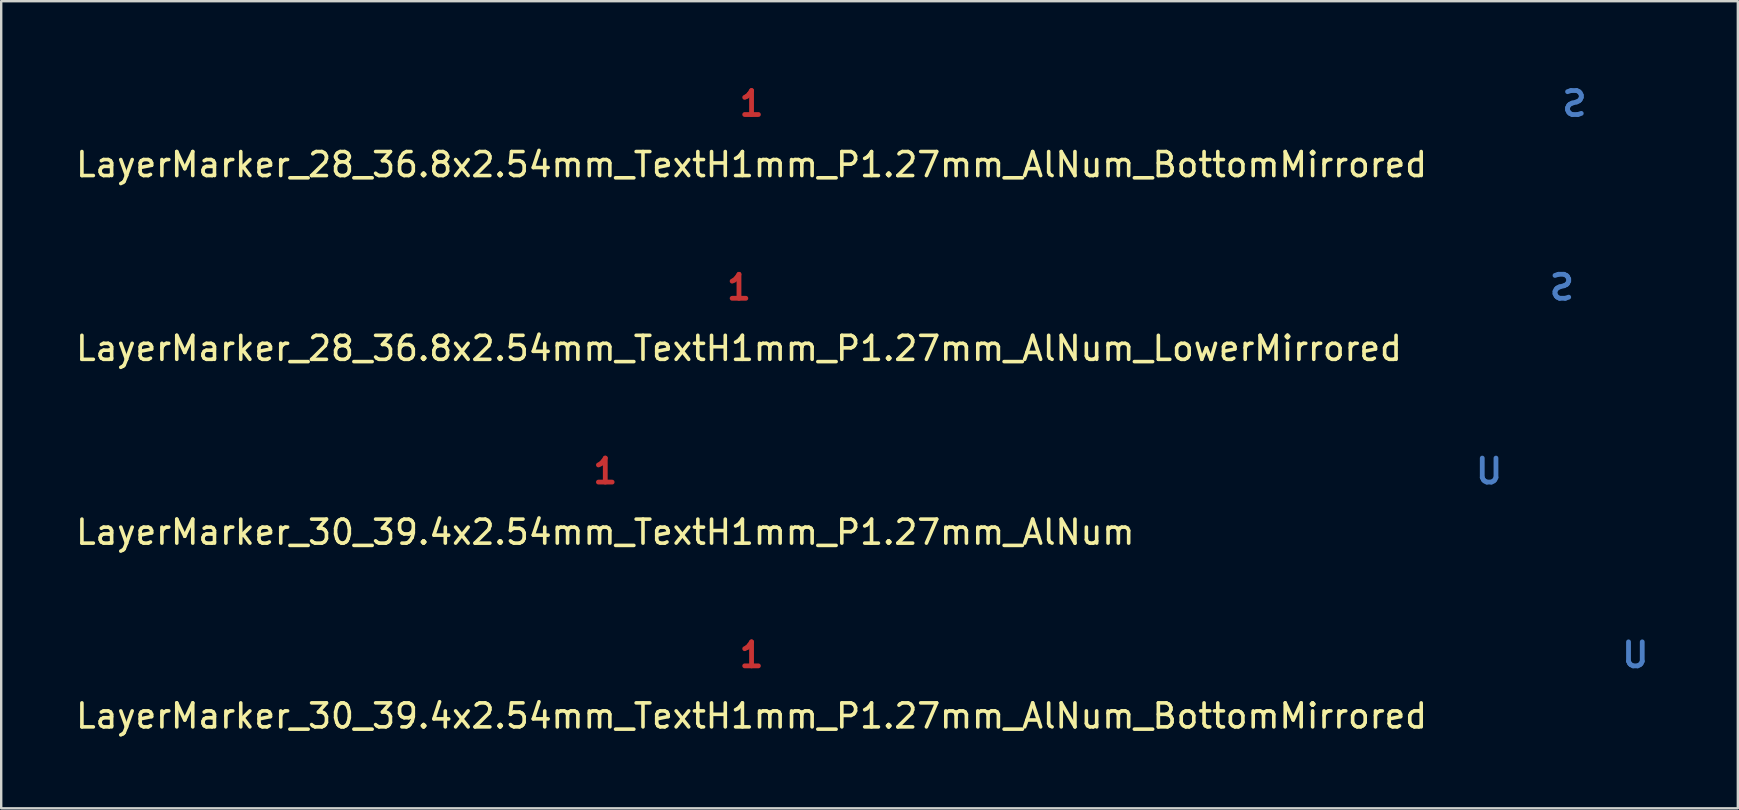
<source format=kicad_pcb>
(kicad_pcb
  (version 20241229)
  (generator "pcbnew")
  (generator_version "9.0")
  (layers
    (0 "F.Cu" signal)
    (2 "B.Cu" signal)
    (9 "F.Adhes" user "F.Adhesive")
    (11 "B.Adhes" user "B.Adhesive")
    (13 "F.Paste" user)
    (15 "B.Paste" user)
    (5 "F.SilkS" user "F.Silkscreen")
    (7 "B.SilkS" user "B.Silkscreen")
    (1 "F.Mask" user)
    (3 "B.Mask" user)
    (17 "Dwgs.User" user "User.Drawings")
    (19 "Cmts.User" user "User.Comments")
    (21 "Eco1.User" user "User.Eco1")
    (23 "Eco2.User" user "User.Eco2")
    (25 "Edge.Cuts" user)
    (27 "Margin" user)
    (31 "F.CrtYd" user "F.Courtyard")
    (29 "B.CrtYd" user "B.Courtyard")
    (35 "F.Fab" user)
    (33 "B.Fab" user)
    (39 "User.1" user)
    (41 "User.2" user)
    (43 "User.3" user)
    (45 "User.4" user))
  (footprint "LayerMarker_30_39.4x2.54mm_TextH1mm_P1.27mm_AlNum"
    (layer "F.Cu")
    (at 22.173 17.857)
    (property "Reference" "LayerMarker_30_39.4x2.54mm_TextH1mm_P1.27mm_AlNum" (at 0 1.27 0) (layer "F.SilkS") (effects (font (size 1 1) (thickness 0.15))))
    (attr board_only exclude_from_pos_files exclude_from_bom allow_missing_courtyard)
    (fp_text user "1" (at 0 -1.27 0) (layer "F.Cu") (effects (font (size 1 1) (thickness 0.2))))
    (fp_text user "U" (at 36.83 -1.27 0) (layer "B.Cu") (effects (font (size 1 1) (thickness 0.2))))
    (fp_text user "2" (at 1.27 -1.27 0) (layer "In1.Cu") (effects (font (size 1 1) (thickness 0.2))))
    (fp_text user "3" (at 2.54 -1.27 0) (layer "In2.Cu") (effects (font (size 1 1) (thickness 0.2))))
    (fp_text user "4" (at 3.81 -1.27 0) (layer "In3.Cu") (effects (font (size 1 1) (thickness 0.2))))
    (fp_text user "5" (at 5.08 -1.27 0) (layer "In4.Cu") (effects (font (size 1 1) (thickness 0.2))))
    (fp_text user "6" (at 6.35 -1.27 0) (layer "In5.Cu") (effects (font (size 1 1) (thickness 0.2))))
    (fp_text user "7" (at 7.62 -1.27 0) (layer "In6.Cu") (effects (font (size 1 1) (thickness 0.2))))
    (fp_text user "8" (at 8.89 -1.27 0) (layer "In7.Cu") (effects (font (size 1 1) (thickness 0.2))))
    (fp_text user "9" (at 10.16 -1.27 0) (layer "In8.Cu") (effects (font (size 1 1) (thickness 0.2))))
    (fp_text user "A" (at 11.43 -1.27 0) (layer "In9.Cu") (effects (font (size 1 1) (thickness 0.2))))
    (fp_text user "B" (at 12.7 -1.27 0) (layer "In10.Cu") (effects (font (size 1 1) (thickness 0.2))))
    (fp_text user "C" (at 13.97 -1.27 0) (layer "In11.Cu") (effects (font (size 1 1) (thickness 0.2))))
    (fp_text user "D" (at 15.24 -1.27 0) (layer "In12.Cu") (effects (font (size 1 1) (thickness 0.2))))
    (fp_text user "E" (at 16.51 -1.27 0) (layer "In13.Cu") (effects (font (size 1 1) (thickness 0.2))))
    (fp_text user "F" (at 17.78 -1.27 0) (layer "In14.Cu") (effects (font (size 1 1) (thickness 0.2))))
    (fp_text user "G" (at 19.05 -1.27 0) (layer "In15.Cu") (effects (font (size 1 1) (thickness 0.2))))
    (fp_text user "H" (at 20.32 -1.27 0) (layer "In16.Cu") (effects (font (size 1 1) (thickness 0.2))))
    (fp_text user "I" (at 21.59 -1.27 0) (layer "In17.Cu") (effects (font (size 1 1) (thickness 0.2))))
    (fp_text user "J" (at 22.86 -1.27 0) (layer "In18.Cu") (effects (font (size 1 1) (thickness 0.2))))
    (fp_text user "K" (at 24.13 -1.27 0) (layer "In19.Cu") (effects (font (size 1 1) (thickness 0.2))))
    (fp_text user "L" (at 25.4 -1.27 0) (layer "In20.Cu") (effects (font (size 1 1) (thickness 0.2))))
    (fp_text user "M" (at 26.67 -1.27 0) (layer "In21.Cu") (effects (font (size 1 1) (thickness 0.2))))
    (fp_text user "N" (at 27.94 -1.27 0) (layer "In22.Cu") (effects (font (size 1 1) (thickness 0.2))))
    (fp_text user "O" (at 29.21 -1.27 0) (layer "In23.Cu") (effects (font (size 1 1) (thickness 0.2))))
    (fp_text user "P" (at 30.48 -1.27 0) (layer "In24.Cu") (effects (font (size 1 1) (thickness 0.2))))
    (fp_text user "Q" (at 31.75 -1.27 0) (layer "In25.Cu") (effects (font (size 1 1) (thickness 0.2))))
    (fp_text user "R" (at 33.02 -1.27 0) (layer "In26.Cu") (effects (font (size 1 1) (thickness 0.2))))
    (fp_text user "S" (at 34.29 -1.27 0) (layer "In27.Cu") (effects (font (size 1 1) (thickness 0.2))))
    (fp_text user "T" (at 35.56 -1.27 0) (layer "In28.Cu") (effects (font (size 1 1) (thickness 0.2))))
    (zone (net_name "") (layers "F.Cu" "B.Cu") (hatch edge 0.5) (connect_pads) (min_thickness 0.25) (filled_areas_thickness no) (keepout (tracks not_allowed) (vias not_allowed) (pads not_allowed) (copperpour not_allowed) (footprints allowed)) (placement (enabled no)) (fill) (polygon (pts (xy 20.903 15.316) (xy 60.273 15.316) (xy 60.273 17.857) (xy 20.903 17.857)))))
  (footprint "LayerMarker_30_39.4x2.54mm_TextH1mm_P1.27mm_AlNum_BottomMirrored"
    (layer "F.Cu")
    (at 28.268 25.515)
    (property "Reference" "LayerMarker_30_39.4x2.54mm_TextH1mm_P1.27mm_AlNum_BottomMirrored" (at 0 1.27 0) (layer "F.SilkS") (effects (font (size 1 1) (thickness 0.15))))
    (attr board_only exclude_from_pos_files exclude_from_bom allow_missing_courtyard)
    (fp_text user "1" (at 0 -1.27 0) (layer "F.Cu") (effects (font (size 1 1) (thickness 0.2))))
    (fp_text user "U" (at 36.83 -1.27 0) (layer "B.Cu") (effects (font (size 1 1) (thickness 0.2)) (justify mirror)))
    (fp_text user "2" (at 1.27 -1.27 0) (layer "In1.Cu") (effects (font (size 1 1) (thickness 0.2))))
    (fp_text user "3" (at 2.54 -1.27 0) (layer "In2.Cu") (effects (font (size 1 1) (thickness 0.2))))
    (fp_text user "4" (at 3.81 -1.27 0) (layer "In3.Cu") (effects (font (size 1 1) (thickness 0.2))))
    (fp_text user "5" (at 5.08 -1.27 0) (layer "In4.Cu") (effects (font (size 1 1) (thickness 0.2))))
    (fp_text user "6" (at 6.35 -1.27 0) (layer "In5.Cu") (effects (font (size 1 1) (thickness 0.2))))
    (fp_text user "7" (at 7.62 -1.27 0) (layer "In6.Cu") (effects (font (size 1 1) (thickness 0.2))))
    (fp_text user "8" (at 8.89 -1.27 0) (layer "In7.Cu") (effects (font (size 1 1) (thickness 0.2))))
    (fp_text user "9" (at 10.16 -1.27 0) (layer "In8.Cu") (effects (font (size 1 1) (thickness 0.2))))
    (fp_text user "A" (at 11.43 -1.27 0) (layer "In9.Cu") (effects (font (size 1 1) (thickness 0.2))))
    (fp_text user "B" (at 12.7 -1.27 0) (layer "In10.Cu") (effects (font (size 1 1) (thickness 0.2))))
    (fp_text user "C" (at 13.97 -1.27 0) (layer "In11.Cu") (effects (font (size 1 1) (thickness 0.2))))
    (fp_text user "D" (at 15.24 -1.27 0) (layer "In12.Cu") (effects (font (size 1 1) (thickness 0.2))))
    (fp_text user "E" (at 16.51 -1.27 0) (layer "In13.Cu") (effects (font (size 1 1) (thickness 0.2))))
    (fp_text user "F" (at 17.78 -1.27 0) (layer "In14.Cu") (effects (font (size 1 1) (thickness 0.2))))
    (fp_text user "G" (at 19.05 -1.27 0) (layer "In15.Cu") (effects (font (size 1 1) (thickness 0.2))))
    (fp_text user "H" (at 20.32 -1.27 0) (layer "In16.Cu") (effects (font (size 1 1) (thickness 0.2))))
    (fp_text user "I" (at 21.59 -1.27 0) (layer "In17.Cu") (effects (font (size 1 1) (thickness 0.2))))
    (fp_text user "J" (at 22.86 -1.27 0) (layer "In18.Cu") (effects (font (size 1 1) (thickness 0.2))))
    (fp_text user "K" (at 24.13 -1.27 0) (layer "In19.Cu") (effects (font (size 1 1) (thickness 0.2))))
    (fp_text user "L" (at 25.4 -1.27 0) (layer "In20.Cu") (effects (font (size 1 1) (thickness 0.2))))
    (fp_text user "M" (at 26.67 -1.27 0) (layer "In21.Cu") (effects (font (size 1 1) (thickness 0.2))))
    (fp_text user "N" (at 27.94 -1.27 0) (layer "In22.Cu") (effects (font (size 1 1) (thickness 0.2))))
    (fp_text user "O" (at 29.21 -1.27 0) (layer "In23.Cu") (effects (font (size 1 1) (thickness 0.2))))
    (fp_text user "P" (at 30.48 -1.27 0) (layer "In24.Cu") (effects (font (size 1 1) (thickness 0.2))))
    (fp_text user "Q" (at 31.75 -1.27 0) (layer "In25.Cu") (effects (font (size 1 1) (thickness 0.2))))
    (fp_text user "R" (at 33.02 -1.27 0) (layer "In26.Cu") (effects (font (size 1 1) (thickness 0.2))))
    (fp_text user "S" (at 34.29 -1.27 0) (layer "In27.Cu") (effects (font (size 1 1) (thickness 0.2))))
    (fp_text user "T" (at 35.56 -1.27 0) (layer "In28.Cu") (effects (font (size 1 1) (thickness 0.2))))
    (zone (net_name "") (layers "F.Cu" "B.Cu") (hatch edge 0.5) (connect_pads) (min_thickness 0.25) (filled_areas_thickness no) (keepout (tracks not_allowed) (vias not_allowed) (pads not_allowed) (copperpour not_allowed) (footprints allowed)) (placement (enabled no)) (fill) (polygon (pts (xy 26.998 22.975) (xy 66.368 22.975) (xy 66.368 25.515) (xy 26.998 25.515)))))
  (footprint "LayerMarker_28_36.8x2.54mm_TextH1mm_P1.27mm_AlNum_LowerMirrored"
    (layer "F.Cu")
    (at 27.744 10.198)
    (property "Reference" "LayerMarker_28_36.8x2.54mm_TextH1mm_P1.27mm_AlNum_LowerMirrored" (at 0 1.27 0) (layer "F.SilkS") (effects (font (size 1 1) (thickness 0.15))))
    (attr board_only exclude_from_pos_files exclude_from_bom allow_missing_courtyard)
    (fp_text user "1" (at 0 -1.27 0) (layer "F.Cu") (effects (font (size 1 1) (thickness 0.2))))
    (fp_text user "S" (at 34.29 -1.27 0) (layer "B.Cu") (effects (font (size 1 1) (thickness 0.2)) (justify mirror)))
    (fp_text user "2" (at 1.27 -1.27 0) (layer "In1.Cu") (effects (font (size 1 1) (thickness 0.2))))
    (fp_text user "3" (at 2.54 -1.27 0) (layer "In2.Cu") (effects (font (size 1 1) (thickness 0.2))))
    (fp_text user "4" (at 3.81 -1.27 0) (layer "In3.Cu") (effects (font (size 1 1) (thickness 0.2))))
    (fp_text user "5" (at 5.08 -1.27 0) (layer "In4.Cu") (effects (font (size 1 1) (thickness 0.2))))
    (fp_text user "6" (at 6.35 -1.27 0) (layer "In5.Cu") (effects (font (size 1 1) (thickness 0.2))))
    (fp_text user "7" (at 7.62 -1.27 0) (layer "In6.Cu") (effects (font (size 1 1) (thickness 0.2))))
    (fp_text user "8" (at 8.89 -1.27 0) (layer "In7.Cu") (effects (font (size 1 1) (thickness 0.2))))
    (fp_text user "9" (at 10.16 -1.27 0) (layer "In8.Cu") (effects (font (size 1 1) (thickness 0.2))))
    (fp_text user "A" (at 11.43 -1.27 0) (layer "In9.Cu") (effects (font (size 1 1) (thickness 0.2))))
    (fp_text user "B" (at 12.7 -1.27 0) (layer "In10.Cu") (effects (font (size 1 1) (thickness 0.2))))
    (fp_text user "C" (at 13.97 -1.27 0) (layer "In11.Cu") (effects (font (size 1 1) (thickness 0.2))))
    (fp_text user "D" (at 15.24 -1.27 0) (layer "In12.Cu") (effects (font (size 1 1) (thickness 0.2))))
    (fp_text user "E" (at 16.51 -1.27 0) (layer "In13.Cu") (effects (font (size 1 1) (thickness 0.2))))
    (fp_text user "F" (at 17.78 -1.27 0) (layer "In14.Cu") (effects (font (size 1 1) (thickness 0.2)) (justify mirror)))
    (fp_text user "G" (at 19.05 -1.27 0) (layer "In15.Cu") (effects (font (size 1 1) (thickness 0.2)) (justify mirror)))
    (fp_text user "H" (at 20.32 -1.27 0) (layer "In16.Cu") (effects (font (size 1 1) (thickness 0.2)) (justify mirror)))
    (fp_text user "I" (at 21.59 -1.27 0) (layer "In17.Cu") (effects (font (size 1 1) (thickness 0.2)) (justify mirror)))
    (fp_text user "J" (at 22.86 -1.27 0) (layer "In18.Cu") (effects (font (size 1 1) (thickness 0.2)) (justify mirror)))
    (fp_text user "K" (at 24.13 -1.27 0) (layer "In19.Cu") (effects (font (size 1 1) (thickness 0.2)) (justify mirror)))
    (fp_text user "L" (at 25.4 -1.27 0) (layer "In20.Cu") (effects (font (size 1 1) (thickness 0.2)) (justify mirror)))
    (fp_text user "M" (at 26.67 -1.27 0) (layer "In21.Cu") (effects (font (size 1 1) (thickness 0.2)) (justify mirror)))
    (fp_text user "N" (at 27.94 -1.27 0) (layer "In22.Cu") (effects (font (size 1 1) (thickness 0.2)) (justify mirror)))
    (fp_text user "O" (at 29.21 -1.27 0) (layer "In23.Cu") (effects (font (size 1 1) (thickness 0.2)) (justify mirror)))
    (fp_text user "P" (at 30.48 -1.27 0) (layer "In24.Cu") (effects (font (size 1 1) (thickness 0.2)) (justify mirror)))
    (fp_text user "Q" (at 31.75 -1.27 0) (layer "In25.Cu") (effects (font (size 1 1) (thickness 0.2)) (justify mirror)))
    (fp_text user "R" (at 33.02 -1.27 0) (layer "In26.Cu") (effects (font (size 1 1) (thickness 0.2)) (justify mirror)))
    (zone (net_name "") (layers "F.Cu" "B.Cu") (hatch edge 0.5) (connect_pads) (min_thickness 0.25) (filled_areas_thickness no) (keepout (tracks not_allowed) (vias not_allowed) (pads not_allowed) (copperpour not_allowed) (footprints allowed)) (placement (enabled no)) (fill) (polygon (pts (xy 26.474 7.658) (xy 63.304 7.658) (xy 63.304 10.198) (xy 26.474 10.198)))))
  (footprint "LayerMarker_28_36.8x2.54mm_TextH1mm_P1.27mm_AlNum_BottomMirrored"
    (layer "F.Cu")
    (at 28.268 2.54)
    (property "Reference" "LayerMarker_28_36.8x2.54mm_TextH1mm_P1.27mm_AlNum_BottomMirrored" (at 0 1.27 0) (layer "F.SilkS") (effects (font (size 1 1) (thickness 0.15))))
    (attr board_only exclude_from_pos_files exclude_from_bom allow_missing_courtyard)
    (fp_text user "1" (at 0 -1.27 0) (layer "F.Cu") (effects (font (size 1 1) (thickness 0.2))))
    (fp_text user "S" (at 34.29 -1.27 0) (layer "B.Cu") (effects (font (size 1 1) (thickness 0.2)) (justify mirror)))
    (fp_text user "2" (at 1.27 -1.27 0) (layer "In1.Cu") (effects (font (size 1 1) (thickness 0.2))))
    (fp_text user "3" (at 2.54 -1.27 0) (layer "In2.Cu") (effects (font (size 1 1) (thickness 0.2))))
    (fp_text user "4" (at 3.81 -1.27 0) (layer "In3.Cu") (effects (font (size 1 1) (thickness 0.2))))
    (fp_text user "5" (at 5.08 -1.27 0) (layer "In4.Cu") (effects (font (size 1 1) (thickness 0.2))))
    (fp_text user "6" (at 6.35 -1.27 0) (layer "In5.Cu") (effects (font (size 1 1) (thickness 0.2))))
    (fp_text user "7" (at 7.62 -1.27 0) (layer "In6.Cu") (effects (font (size 1 1) (thickness 0.2))))
    (fp_text user "8" (at 8.89 -1.27 0) (layer "In7.Cu") (effects (font (size 1 1) (thickness 0.2))))
    (fp_text user "9" (at 10.16 -1.27 0) (layer "In8.Cu") (effects (font (size 1 1) (thickness 0.2))))
    (fp_text user "A" (at 11.43 -1.27 0) (layer "In9.Cu") (effects (font (size 1 1) (thickness 0.2))))
    (fp_text user "B" (at 12.7 -1.27 0) (layer "In10.Cu") (effects (font (size 1 1) (thickness 0.2))))
    (fp_text user "C" (at 13.97 -1.27 0) (layer "In11.Cu") (effects (font (size 1 1) (thickness 0.2))))
    (fp_text user "D" (at 15.24 -1.27 0) (layer "In12.Cu") (effects (font (size 1 1) (thickness 0.2))))
    (fp_text user "E" (at 16.51 -1.27 0) (layer "In13.Cu") (effects (font (size 1 1) (thickness 0.2))))
    (fp_text user "F" (at 17.78 -1.27 0) (layer "In14.Cu") (effects (font (size 1 1) (thickness 0.2))))
    (fp_text user "G" (at 19.05 -1.27 0) (layer "In15.Cu") (effects (font (size 1 1) (thickness 0.2))))
    (fp_text user "H" (at 20.32 -1.27 0) (layer "In16.Cu") (effects (font (size 1 1) (thickness 0.2))))
    (fp_text user "I" (at 21.59 -1.27 0) (layer "In17.Cu") (effects (font (size 1 1) (thickness 0.2))))
    (fp_text user "J" (at 22.86 -1.27 0) (layer "In18.Cu") (effects (font (size 1 1) (thickness 0.2))))
    (fp_text user "K" (at 24.13 -1.27 0) (layer "In19.Cu") (effects (font (size 1 1) (thickness 0.2))))
    (fp_text user "L" (at 25.4 -1.27 0) (layer "In20.Cu") (effects (font (size 1 1) (thickness 0.2))))
    (fp_text user "M" (at 26.67 -1.27 0) (layer "In21.Cu") (effects (font (size 1 1) (thickness 0.2))))
    (fp_text user "N" (at 27.94 -1.27 0) (layer "In22.Cu") (effects (font (size 1 1) (thickness 0.2))))
    (fp_text user "O" (at 29.21 -1.27 0) (layer "In23.Cu") (effects (font (size 1 1) (thickness 0.2))))
    (fp_text user "P" (at 30.48 -1.27 0) (layer "In24.Cu") (effects (font (size 1 1) (thickness 0.2))))
    (fp_text user "Q" (at 31.75 -1.27 0) (layer "In25.Cu") (effects (font (size 1 1) (thickness 0.2))))
    (fp_text user "R" (at 33.02 -1.27 0) (layer "In26.Cu") (effects (font (size 1 1) (thickness 0.2))))
    (zone (net_name "") (layers "F.Cu" "B.Cu") (hatch edge 0.5) (connect_pads) (min_thickness 0.25) (filled_areas_thickness no) (keepout (tracks not_allowed) (vias not_allowed) (pads not_allowed) (copperpour not_allowed) (footprints allowed)) (placement (enabled no)) (fill) (polygon (pts (xy 26.998 0) (xy 63.828 0) (xy 63.828 2.54) (xy 26.998 2.54)))))
  (gr_rect
    (start -3 -3)
    (end 69.368 30.633)
    (stroke (width 0.1) (type default))
    (fill no)
    (layer "Edge.Cuts")))
</source>
